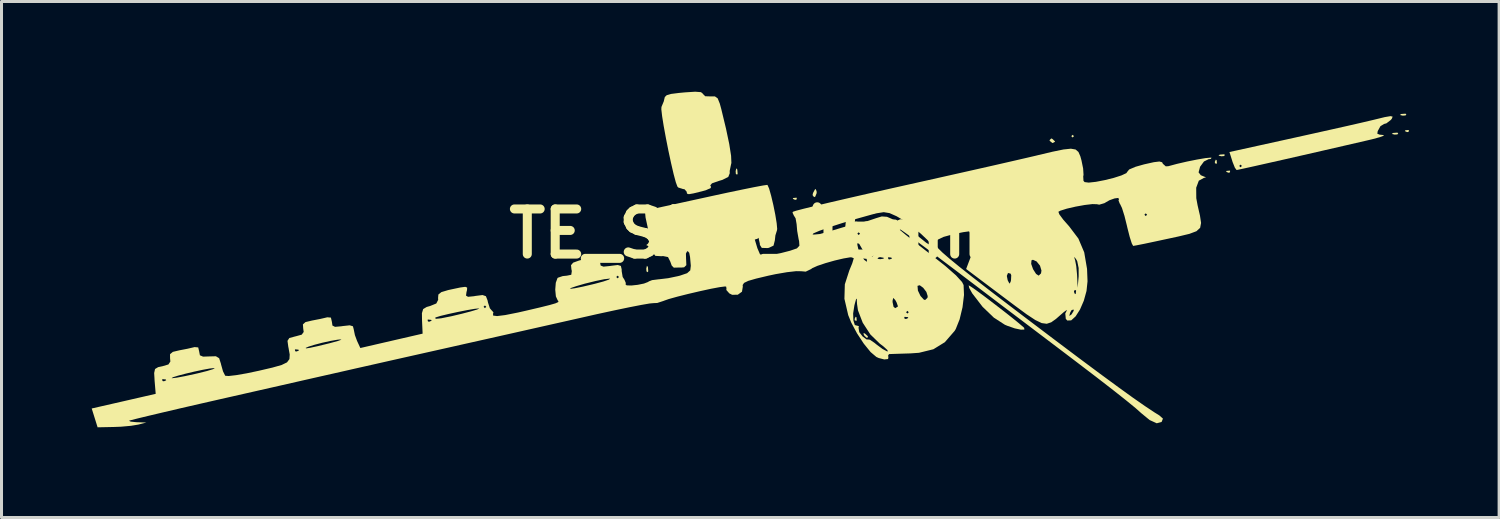
<source format=kicad_pcb>
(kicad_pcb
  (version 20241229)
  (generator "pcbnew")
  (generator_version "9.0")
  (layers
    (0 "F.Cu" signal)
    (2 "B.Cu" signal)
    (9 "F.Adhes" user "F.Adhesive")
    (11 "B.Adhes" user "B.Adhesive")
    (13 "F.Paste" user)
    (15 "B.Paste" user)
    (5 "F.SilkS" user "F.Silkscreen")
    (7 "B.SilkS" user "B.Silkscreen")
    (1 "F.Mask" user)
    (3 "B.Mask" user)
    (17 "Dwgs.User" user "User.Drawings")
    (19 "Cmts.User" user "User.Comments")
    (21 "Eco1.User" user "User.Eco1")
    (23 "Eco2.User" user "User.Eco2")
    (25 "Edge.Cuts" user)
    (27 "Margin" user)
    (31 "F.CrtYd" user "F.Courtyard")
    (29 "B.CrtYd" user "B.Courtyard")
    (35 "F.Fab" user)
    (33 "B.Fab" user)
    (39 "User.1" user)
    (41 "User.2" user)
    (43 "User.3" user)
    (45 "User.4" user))
  (footprint "TE_Side_45mm"
    (layer "F.Cu")
    (at 22.129 4.721)
    (property "Reference" "TE_Side_45mm" (at 0 0 0) (layer "F.SilkS") (effects (font (size 1.5 1.5) (thickness 0.3))))
    (attr board_only exclude_from_pos_files exclude_from_bom)
    (fp_poly (pts (xy 10.538 -3.243) (xy 10.493 -3.198) (xy 10.448 -3.243) (xy 10.493 -3.288)) (stroke (width 0) (type solid)) (fill yes) (layer "F.SilkS"))
    (fp_poly (pts (xy -3.723 0.706) (xy -3.712 0.812) (xy -3.723 0.826) (xy -3.776 0.813) (xy -3.783 0.766) (xy -3.75 0.691)) (stroke (width 0) (type solid)) (fill yes) (layer "F.SilkS"))
    (fp_poly (pts (xy -3.631 1.109) (xy -3.621 1.25) (xy -3.638 1.282) (xy -3.679 1.255) (xy -3.686 1.163) (xy -3.664 1.067)) (stroke (width 0) (type solid)) (fill yes) (layer "F.SilkS"))
    (fp_poly (pts (xy -0.659 -2.134) (xy -0.648 -1.993) (xy -0.666 -1.961) (xy -0.707 -1.988) (xy -0.713 -2.079) (xy -0.691 -2.175)) (stroke (width 0) (type solid)) (fill yes) (layer "F.SilkS"))
    (fp_poly (pts (xy 1.321 -1.186) (xy 1.309 -1.132) (xy 1.261 -1.126) (xy 1.187 -1.159) (xy 1.201 -1.186) (xy 1.308 -1.197)) (stroke (width 0) (type solid)) (fill yes) (layer "F.SilkS"))
    (fp_poly (pts (xy 3.303 2.777) (xy 3.313 2.884) (xy 3.303 2.897) (xy 3.249 2.885) (xy 3.243 2.837) (xy 3.276 2.763)) (stroke (width 0) (type solid)) (fill yes) (layer "F.SilkS"))
    (fp_poly (pts (xy 15.282 -2.447) (xy 15.293 -2.34) (xy 15.282 -2.327) (xy 15.228 -2.339) (xy 15.222 -2.387) (xy 15.255 -2.461)) (stroke (width 0) (type solid)) (fill yes) (layer "F.SilkS"))
    (fp_poly (pts (xy 15.558 -2.621) (xy 15.531 -2.581) (xy 15.44 -2.574) (xy 15.344 -2.596) (xy 15.385 -2.629) (xy 15.526 -2.639)) (stroke (width 0) (type solid)) (fill yes) (layer "F.SilkS"))
    (fp_poly (pts (xy 15.732 -2.087) (xy 15.72 -2.033) (xy 15.672 -2.027) (xy 15.598 -2.06) (xy 15.612 -2.087) (xy 15.719 -2.097)) (stroke (width 0) (type solid)) (fill yes) (layer "F.SilkS"))
    (fp_poly (pts (xy 21.322 -3.342) (xy 21.296 -3.301) (xy 21.204 -3.295) (xy 21.108 -3.317) (xy 21.15 -3.349) (xy 21.291 -3.36)) (stroke (width 0) (type solid)) (fill yes) (layer "F.SilkS"))
    (fp_poly (pts (xy 21.593 -3.973) (xy 21.566 -3.932) (xy 21.474 -3.925) (xy 21.378 -3.947) (xy 21.42 -3.98) (xy 21.561 -3.99)) (stroke (width 0) (type solid)) (fill yes) (layer "F.SilkS"))
    (fp_poly (pts (xy 21.677 -3.438) (xy 21.665 -3.384) (xy 21.617 -3.378) (xy 21.543 -3.411) (xy 21.557 -3.438) (xy 21.664 -3.448)) (stroke (width 0) (type solid)) (fill yes) (layer "F.SilkS"))
    (fp_poly (pts (xy 3.589 3.324) (xy 3.686 3.415) (xy 3.666 3.467) (xy 3.653 3.468) (xy 3.577 3.404) (xy 3.549 3.364) (xy 3.539 3.302)) (stroke (width 0) (type solid)) (fill yes) (layer "F.SilkS"))
    (fp_poly (pts (xy 1.978 -1.413) (xy 1.982 -1.351) (xy 1.934 -1.231) (xy 1.894 -1.216) (xy 1.845 -1.282) (xy 1.859 -1.351) (xy 1.923 -1.47) (xy 1.946 -1.486)) (stroke (width 0) (type solid)) (fill yes) (layer "F.SilkS"))
    (fp_poly (pts (xy 9.818 -3.152) (xy 9.904 -3.072) (xy 9.908 -3.057) (xy 9.838 -3.018) (xy 9.818 -3.017) (xy 9.731 -3.087) (xy 9.728 -3.113) (xy 9.783 -3.167)) (stroke (width 0) (type solid)) (fill yes) (layer "F.SilkS"))
    (fp_poly (pts (xy 7.111 1.761) (xy 7.296 1.89) (xy 7.556 2.082) (xy 7.86 2.313) (xy 8.175 2.556) (xy 8.469 2.787) (xy 8.709 2.982) (xy 8.864 3.115) (xy 8.881 3.132) (xy 8.89 3.189) (xy 8.773 3.193) (xy 8.57 3.15) (xy 8.327 3.066) (xy 8.241 3.03) (xy 7.876 2.795) (xy 7.499 2.433) (xy 7.154 1.985) (xy 7.149 1.976) (xy 7.055 1.807) (xy 7.036 1.719) (xy 7.036 1.718)) (stroke (width 0) (type solid)) (fill yes) (layer "F.SilkS"))
    (fp_poly (pts (xy 21.136 -3.892) (xy 21.109 -3.824) (xy 21.077 -3.783) (xy 20.928 -3.669) (xy 20.85 -3.648) (xy 20.73 -3.574) (xy 20.64 -3.411) (xy 20.626 -3.325) (xy 20.703 -3.293) (xy 20.829 -3.28) (xy 20.843 -3.259) (xy 20.708 -3.209) (xy 20.451 -3.139) (xy 20.311 -3.106) (xy 19.575 -2.936) (xy 18.852 -2.77) (xy 18.163 -2.612) (xy 17.531 -2.468) (xy 16.976 -2.343) (xy 16.519 -2.24) (xy 16.183 -2.166) (xy 15.987 -2.124) (xy 15.946 -2.117) (xy 15.889 -2.193) (xy 15.866 -2.252) (xy 16.033 -2.252) (xy 16.078 -2.207) (xy 16.123 -2.252) (xy 16.078 -2.297) (xy 16.033 -2.252) (xy 15.866 -2.252) (xy 15.814 -2.381) (xy 15.803 -2.416) (xy 15.709 -2.715) (xy 17.875 -3.192) (xy 18.506 -3.332) (xy 19.107 -3.466) (xy 19.646 -3.587) (xy 20.091 -3.689) (xy 20.411 -3.764) (xy 20.533 -3.793) (xy 20.873 -3.876) (xy 21.066 -3.909)) (stroke (width 0) (type solid)) (fill yes) (layer "F.SilkS"))
    (fp_poly (pts (xy -1.866 -4.706) (xy -1.802 -4.653) (xy -1.801 -4.645) (xy -1.724 -4.57) (xy -1.554 -4.565) (xy -1.404 -4.566) (xy -1.311 -4.5) (xy -1.24 -4.323) (xy -1.191 -4.143) (xy -1.036 -3.501) (xy -0.926 -2.979) (xy -0.865 -2.59) (xy -0.855 -2.352) (xy -0.867 -2.301) (xy -0.912 -2.086) (xy -0.91 -2.009) (xy -0.958 -1.888) (xy -1.154 -1.789) (xy -1.272 -1.754) (xy -1.5 -1.674) (xy -1.561 -1.604) (xy -1.539 -1.581) (xy -1.539 -1.519) (xy -1.706 -1.444) (xy -1.834 -1.409) (xy -2.118 -1.339) (xy -2.27 -1.313) (xy -2.331 -1.331) (xy -2.342 -1.39) (xy -2.342 -1.396) (xy -2.414 -1.477) (xy -2.472 -1.486) (xy -2.62 -1.534) (xy -2.65 -1.565) (xy -2.703 -1.708) (xy -2.776 -1.98) (xy -2.86 -2.342) (xy -2.949 -2.755) (xy -3.033 -3.18) (xy -3.106 -3.578) (xy -3.159 -3.909) (xy -3.185 -4.135) (xy -3.181 -4.214) (xy -3.104 -4.4) (xy -3.094 -4.444) (xy -3.069 -4.544) (xy -3.005 -4.606) (xy -2.862 -4.647) (xy -2.6 -4.68) (xy -2.4 -4.699) (xy -2.057 -4.721)) (stroke (width 0) (type solid)) (fill yes) (layer "F.SilkS"))
    (fp_poly (pts (xy 10.592 -2.799) (xy 10.687 -2.717) (xy 10.749 -2.576) (xy 10.788 -2.436) (xy 10.843 -2.166) (xy 10.856 -1.956) (xy 10.846 -1.904) (xy 10.854 -1.757) (xy 10.893 -1.715) (xy 11.029 -1.698) (xy 11.268 -1.724) (xy 11.562 -1.781) (xy 11.861 -1.855) (xy 12.117 -1.937) (xy 12.28 -2.013) (xy 12.312 -2.059) (xy 12.374 -2.135) (xy 12.587 -2.225) (xy 12.871 -2.305) (xy 13.193 -2.377) (xy 13.38 -2.4) (xy 13.47 -2.374) (xy 13.495 -2.324) (xy 13.591 -2.239) (xy 13.676 -2.244) (xy 13.967 -2.322) (xy 14.301 -2.399) (xy 14.63 -2.465) (xy 14.906 -2.512) (xy 15.08 -2.529) (xy 15.115 -2.524) (xy 15.085 -2.484) (xy 15.015 -2.477) (xy 14.862 -2.401) (xy 14.732 -2.225) (xy 14.682 -2.039) (xy 14.756 -1.944) (xy 14.839 -1.909) (xy 14.93 -1.873) (xy 14.862 -1.856) (xy 14.69 -1.762) (xy 14.603 -1.528) (xy 14.606 -1.179) (xy 14.65 -0.941) (xy 14.729 -0.598) (xy 14.765 -0.357) (xy 14.734 -0.194) (xy 14.612 -0.082) (xy 14.378 0.006) (xy 14.007 0.095) (xy 13.668 0.168) (xy 13.244 0.259) (xy 12.886 0.335) (xy 12.629 0.386) (xy 12.509 0.407) (xy 12.506 0.407) (xy 12.461 0.325) (xy 12.392 0.109) (xy 12.314 -0.197) (xy 12.298 -0.268) (xy 12.216 -0.597) (xy 12.205 -0.63) (xy 12.88 -0.63) (xy 12.925 -0.585) (xy 12.97 -0.63) (xy 12.925 -0.676) (xy 12.88 -0.63) (xy 12.205 -0.63) (xy 12.135 -0.853) (xy 12.071 -0.987) (xy 12.062 -0.995) (xy 12.019 -1.105) (xy 12.034 -1.142) (xy 12.013 -1.188) (xy 11.888 -1.172) (xy 11.717 -1.111) (xy 11.559 -1.02) (xy 11.553 -1.015) (xy 11.378 -0.964) (xy 11.302 -0.979) (xy 11.154 -0.984) (xy 10.897 -0.954) (xy 10.592 -0.899) (xy 10.301 -0.832) (xy 10.088 -0.765) (xy 10.02 -0.728) (xy 10.051 -0.643) (xy 10.181 -0.467) (xy 10.379 -0.242) (xy 10.685 0.163) (xy 10.879 0.621) (xy 10.973 1.173) (xy 10.989 1.584) (xy 10.955 1.907) (xy 10.865 2.231) (xy 10.739 2.522) (xy 10.593 2.75) (xy 10.447 2.883) (xy 10.318 2.889) (xy 10.266 2.834) (xy 10.257 2.736) (xy 10.382 2.736) (xy 10.448 2.693) (xy 10.459 2.681) (xy 10.531 2.563) (xy 10.521 2.52) (xy 10.454 2.547) (xy 10.409 2.631) (xy 10.382 2.736) (xy 10.257 2.736) (xy 10.249 2.654) (xy 10.292 2.57) (xy 10.301 2.535) (xy 10.2 2.608) (xy 10.13 2.669) (xy 9.938 2.837) (xy 9.781 2.948) (xy 9.632 2.997) (xy 9.465 2.974) (xy 9.252 2.872) (xy 8.967 2.684) (xy 8.584 2.402) (xy 8.225 2.133) (xy 7.964 1.937) (xy 10.538 1.937) (xy 10.571 2.011) (xy 10.598 1.997) (xy 10.609 1.89) (xy 10.598 1.876) (xy 10.545 1.889) (xy 10.538 1.937) (xy 7.964 1.937) (xy 7.258 1.405) (xy 8.305 1.405) (xy 8.334 1.55) (xy 8.393 1.663) (xy 8.429 1.607) (xy 8.444 1.547) (xy 8.452 1.383) (xy 8.43 1.329) (xy 8.344 1.308) (xy 8.305 1.405) (xy 7.258 1.405) (xy 6.952 1.175) (xy 7.016 1.005) (xy 9.115 1.005) (xy 9.178 1.182) (xy 9.278 1.339) (xy 9.365 1.396) (xy 9.442 1.321) (xy 9.457 1.227) (xy 9.408 1.063) (xy 9.295 0.924) (xy 9.173 0.868) (xy 9.125 0.887) (xy 9.115 1.005) (xy 7.016 1.005) (xy 7.105 0.771) (xy 10.553 0.771) (xy 10.556 0.819) (xy 10.577 0.886) (xy 10.614 1.08) (xy 10.64 1.355) (xy 10.644 1.426) (xy 10.66 1.801) (xy 10.694 1.42) (xy 10.693 1.142) (xy 10.647 0.92) (xy 10.627 0.879) (xy 10.553 0.771) (xy 7.105 0.771) (xy 7.124 0.722) (xy 7.255 0.325) (xy 7.291 0.065) (xy 7.233 -0.072) (xy 7.222 -0.08) (xy 7.103 -0.084) (xy 6.862 -0.051) (xy 6.556 0.01) (xy 6.202 0.107) (xy 5.998 0.205) (xy 5.919 0.314) (xy 5.934 0.377) (xy 6.012 0.478) (xy 6.162 0.626) (xy 6.397 0.83) (xy 6.726 1.1) (xy 7.161 1.444) (xy 7.712 1.871) (xy 8.391 2.39) (xy 8.882 2.763) (xy 9.854 3.498) (xy 10.692 4.128) (xy 11.407 4.66) (xy 12.008 5.101) (xy 12.503 5.458) (xy 12.902 5.736) (xy 13.214 5.943) (xy 13.382 6.048) (xy 13.497 6.151) (xy 13.454 6.258) (xy 13.448 6.264) (xy 13.29 6.306) (xy 13.054 6.198) (xy 12.78 5.973) (xy 12.582 5.797) (xy 12.27 5.542) (xy 11.839 5.201) (xy 11.281 4.769) (xy 10.589 4.241) (xy 10.088 3.861) (xy 9.507 3.421) (xy 8.832 2.91) (xy 8.112 2.366) (xy 7.398 1.824) (xy 6.739 1.324) (xy 6.553 1.183) (xy 6.052 0.805) (xy 5.603 0.469) (xy 5.222 0.187) (xy 4.93 -0.026) (xy 4.744 -0.155) (xy 4.684 -0.19) (xy 4.751 -0.122) (xy 4.938 0.034) (xy 5.218 0.258) (xy 5.567 0.531) (xy 5.755 0.676) (xy 6.262 1.077) (xy 6.615 1.387) (xy 6.816 1.608) (xy 6.867 1.708) (xy 6.881 2.039) (xy 6.832 2.446) (xy 6.735 2.85) (xy 6.606 3.173) (xy 6.568 3.235) (xy 6.244 3.609) (xy 5.863 3.844) (xy 5.384 3.962) (xy 5.096 3.982) (xy 4.77 3.992) (xy 4.517 4) (xy 4.388 4.005) (xy 4.386 4.005) (xy 4.353 4.065) (xy 4.368 4.098) (xy 4.356 4.17) (xy 4.229 4.183) (xy 4.045 4.136) (xy 3.966 4.1) (xy 3.774 3.937) (xy 3.548 3.658) (xy 3.322 3.314) (xy 3.13 2.955) (xy 3.03 2.709) (xy 3.017 2.653) (xy 3.194 2.653) (xy 3.202 2.886) (xy 3.25 3.039) (xy 3.332 3.062) (xy 3.334 3.061) (xy 3.385 3.076) (xy 3.373 3.131) (xy 3.398 3.276) (xy 3.51 3.42) (xy 3.641 3.518) (xy 3.693 3.519) (xy 3.753 3.528) (xy 3.902 3.63) (xy 3.97 3.685) (xy 4.169 3.833) (xy 4.32 3.914) (xy 4.344 3.918) (xy 4.335 3.872) (xy 4.208 3.755) (xy 4.079 3.656) (xy 3.767 3.352) (xy 3.513 2.962) (xy 3.441 2.777) (xy 4.894 2.777) (xy 4.906 2.831) (xy 4.954 2.837) (xy 5.028 2.804) (xy 5.014 2.777) (xy 4.907 2.766) (xy 4.894 2.777) (xy 3.441 2.777) (xy 3.378 2.612) (xy 4.954 2.612) (xy 4.999 2.657) (xy 5.044 2.612) (xy 4.999 2.567) (xy 4.954 2.612) (xy 3.378 2.612) (xy 3.355 2.553) (xy 3.323 2.336) (xy 3.32 2.274) (xy 4.505 2.274) (xy 4.538 2.432) (xy 4.594 2.477) (xy 4.68 2.425) (xy 4.682 2.409) (xy 4.637 2.283) (xy 4.594 2.207) (xy 4.528 2.136) (xy 4.506 2.225) (xy 4.505 2.274) (xy 3.32 2.274) (xy 3.315 2.172) (xy 3.296 2.164) (xy 3.252 2.32) (xy 3.235 2.387) (xy 3.194 2.653) (xy 3.017 2.653) (xy 2.904 2.166) (xy 2.916 1.739) (xy 5.335 1.739) (xy 5.348 1.893) (xy 5.434 2.072) (xy 5.545 2.193) (xy 5.588 2.207) (xy 5.666 2.134) (xy 5.674 2.078) (xy 5.629 1.937) (xy 5.524 1.8) (xy 5.41 1.716) (xy 5.337 1.734) (xy 5.335 1.739) (xy 2.916 1.739) (xy 2.918 1.684) (xy 3.066 1.225) (xy 3.164 0.988) (xy 3.212 0.828) (xy 3.21 0.794) (xy 3.099 0.786) (xy 2.871 0.825) (xy 2.577 0.894) (xy 2.271 0.981) (xy 2.004 1.071) (xy 1.83 1.15) (xy 1.797 1.176) (xy 1.617 1.263) (xy 1.476 1.25) (xy 1.298 1.247) (xy 0.996 1.281) (xy 0.617 1.346) (xy 0.372 1.398) (xy -0.035 1.495) (xy -0.294 1.57) (xy -0.433 1.637) (xy -0.48 1.708) (xy -0.475 1.76) (xy -0.503 1.93) (xy -0.643 2.031) (xy -0.831 2.033) (xy -0.923 1.987) (xy -1.023 1.874) (xy -1.019 1.815) (xy -1.03 1.761) (xy -1.067 1.756) (xy -1.241 1.778) (xy -1.536 1.833) (xy -1.902 1.913) (xy -2.291 2.004) (xy -2.653 2.095) (xy -2.94 2.175) (xy -3.102 2.232) (xy -3.107 2.235) (xy -3.321 2.305) (xy -3.444 2.31) (xy -3.574 2.322) (xy -3.852 2.37) (xy -4.252 2.448) (xy -4.747 2.551) (xy -5.31 2.673) (xy -5.651 2.75) (xy -6.35 2.908) (xy -7.168 3.092) (xy -8.046 3.29) (xy -8.926 3.488) (xy -9.752 3.673) (xy -10.088 3.749) (xy -10.797 3.908) (xy -11.519 4.07) (xy -12.213 4.226) (xy -12.841 4.368) (xy -13.361 4.485) (xy -13.646 4.55) (xy -14.025 4.636) (xy -14.548 4.754) (xy -15.183 4.898) (xy -15.898 5.061) (xy -16.661 5.234) (xy -17.441 5.411) (xy -17.834 5.5) (xy -18.544 5.662) (xy -19.197 5.812) (xy -19.772 5.947) (xy -20.249 6.06) (xy -20.608 6.147) (xy -20.827 6.203) (xy -20.889 6.222) (xy -20.836 6.25) (xy -20.659 6.269) (xy -20.619 6.271) (xy -20.311 6.281) (xy -20.581 6.35) (xy -20.823 6.39) (xy -21.156 6.42) (xy -21.392 6.429) (xy -21.933 6.44) (xy -22.031 6.127) (xy -22.129 5.814) (xy -21.065 5.571) (xy -20.001 5.327) (xy -20.037 4.896) (xy -20.04 4.849) (xy -19.786 4.849) (xy -19.773 4.902) (xy -19.726 4.909) (xy -19.651 4.876) (xy -19.665 4.849) (xy -19.772 4.838) (xy -19.786 4.849) (xy -20.04 4.849) (xy -20.042 4.804) (xy -19.472 4.804) (xy -19.455 4.807) (xy -19.308 4.79) (xy -19.038 4.74) (xy -18.696 4.666) (xy -18.6 4.644) (xy -18.296 4.568) (xy -18.099 4.508) (xy -18.038 4.475) (xy -18.059 4.47) (xy -18.205 4.485) (xy -18.44 4.528) (xy -18.721 4.588) (xy -19.007 4.656) (xy -19.255 4.721) (xy -19.424 4.774) (xy -19.472 4.804) (xy -20.042 4.804) (xy -20.052 4.635) (xy -20.023 4.501) (xy -19.919 4.439) (xy -19.778 4.409) (xy -19.578 4.35) (xy -19.513 4.251) (xy -19.523 4.147) (xy -19.524 4.008) (xy -19.43 3.931) (xy -19.216 3.88) (xy -18.947 3.828) (xy -18.736 3.779) (xy -18.712 3.772) (xy -18.587 3.783) (xy -18.555 3.919) (xy -18.531 4.045) (xy -18.425 4.09) (xy -18.222 4.083) (xy -17.999 4.077) (xy -17.891 4.142) (xy -17.833 4.321) (xy -17.826 4.354) (xy -17.762 4.58) (xy -17.691 4.721) (xy -17.686 4.726) (xy -17.573 4.734) (xy -17.322 4.705) (xy -16.971 4.644) (xy -16.573 4.56) (xy -16.119 4.454) (xy -15.814 4.368) (xy -15.634 4.28) (xy -15.553 4.171) (xy -15.544 4.019) (xy -15.573 3.858) (xy -15.372 3.858) (xy -15.36 3.912) (xy -15.312 3.918) (xy -15.238 3.885) (xy -15.252 3.858) (xy -15.359 3.847) (xy -15.372 3.858) (xy -15.573 3.858) (xy -15.582 3.804) (xy -15.583 3.8) (xy -15.015 3.8) (xy -14.997 3.815) (xy -14.871 3.797) (xy -14.622 3.743) (xy -14.297 3.664) (xy -14.231 3.648) (xy -13.944 3.57) (xy -13.823 3.526) (xy -13.872 3.518) (xy -13.957 3.527) (xy -14.192 3.568) (xy -14.459 3.627) (xy -14.713 3.693) (xy -14.913 3.755) (xy -15.015 3.8) (xy -15.583 3.8) (xy -15.591 3.763) (xy -15.618 3.564) (xy -15.556 3.47) (xy -15.36 3.417) (xy -15.348 3.415) (xy -15.145 3.359) (xy -15.079 3.269) (xy -15.095 3.154) (xy -15.105 3.017) (xy -15.02 2.941) (xy -14.801 2.889) (xy -14.533 2.837) (xy -14.321 2.788) (xy -14.299 2.781) (xy -14.174 2.791) (xy -14.141 2.933) (xy -14.123 3.056) (xy -14.037 3.099) (xy -13.834 3.081) (xy -13.781 3.073) (xy -13.548 3.048) (xy -13.442 3.08) (xy -13.417 3.174) (xy -13.376 3.373) (xy -13.304 3.568) (xy -13.195 3.803) (xy -12.16 3.564) (xy -11.124 3.325) (xy -11.143 2.903) (xy -11.144 2.867) (xy -10.959 2.867) (xy -10.946 2.921) (xy -10.899 2.927) (xy -10.824 2.894) (xy -10.839 2.867) (xy -10.945 2.856) (xy -10.959 2.867) (xy -11.144 2.867) (xy -11.145 2.795) (xy -10.706 2.795) (xy -10.689 2.832) (xy -10.509 2.815) (xy -10.162 2.745) (xy -9.818 2.663) (xy -9.516 2.584) (xy -9.312 2.523) (xy -9.241 2.489) (xy -9.249 2.486) (xy -9.389 2.499) (xy -9.64 2.542) (xy -9.949 2.603) (xy -10.261 2.671) (xy -10.524 2.734) (xy -10.683 2.783) (xy -10.706 2.795) (xy -11.145 2.795) (xy -11.147 2.644) (xy -11.106 2.508) (xy -10.989 2.438) (xy -10.968 2.432) (xy -9.097 2.432) (xy -9.052 2.477) (xy -9.007 2.432) (xy -9.052 2.387) (xy -9.097 2.432) (xy -10.968 2.432) (xy -10.873 2.405) (xy -10.669 2.322) (xy -10.606 2.199) (xy -10.61 2.141) (xy -10.6 2.024) (xy -10.501 1.944) (xy -10.274 1.876) (xy -10.178 1.855) (xy -9.871 1.79) (xy -9.705 1.768) (xy -9.643 1.793) (xy -9.647 1.874) (xy -9.665 1.943) (xy -9.681 2.06) (xy -9.614 2.1) (xy -9.422 2.081) (xy -9.36 2.07) (xy -9.131 2.041) (xy -9.019 2.08) (xy -8.965 2.217) (xy -8.95 2.289) (xy -8.888 2.481) (xy -8.814 2.567) (xy -8.81 2.567) (xy -8.767 2.623) (xy -8.782 2.657) (xy -8.779 2.724) (xy -8.648 2.741) (xy -8.377 2.707) (xy -7.954 2.623) (xy -7.686 2.562) (xy -7.217 2.452) (xy -6.9 2.373) (xy -6.709 2.318) (xy -6.619 2.278) (xy -6.605 2.245) (xy -6.631 2.219) (xy -6.692 2.087) (xy -6.713 1.863) (xy -6.711 1.833) (xy -6.225 1.833) (xy -6.215 1.835) (xy -6.066 1.816) (xy -5.797 1.762) (xy -5.462 1.683) (xy -5.404 1.669) (xy -5.114 1.591) (xy -4.932 1.53) (xy -4.889 1.498) (xy -4.909 1.495) (xy -5.083 1.515) (xy -5.37 1.574) (xy -5.707 1.657) (xy -5.72 1.66) (xy -6.003 1.742) (xy -6.182 1.803) (xy -6.225 1.833) (xy -6.711 1.833) (xy -6.695 1.632) (xy -6.639 1.478) (xy -6.625 1.465) (xy -6.554 1.441) (xy -4.684 1.441) (xy -4.639 1.486) (xy -4.594 1.441) (xy -4.639 1.396) (xy -4.684 1.441) (xy -6.554 1.441) (xy -6.464 1.411) (xy -6.326 1.397) (xy -6.18 1.367) (xy -6.162 1.243) (xy -6.175 1.183) (xy -6.189 1.048) (xy -6.117 0.964) (xy -5.922 0.894) (xy -5.821 0.868) (xy -5.506 0.794) (xy -5.327 0.776) (xy -5.245 0.817) (xy -5.224 0.924) (xy -5.224 0.947) (xy -5.203 1.06) (xy -5.109 1.097) (xy -4.892 1.075) (xy -4.864 1.07) (xy -4.634 1.042) (xy -4.531 1.073) (xy -4.504 1.188) (xy -4.504 1.244) (xy -4.471 1.44) (xy -4.412 1.532) (xy -4.364 1.645) (xy -4.378 1.682) (xy -4.336 1.72) (xy -4.179 1.724) (xy -3.968 1.701) (xy -3.762 1.659) (xy -3.622 1.605) (xy -3.603 1.588) (xy -3.491 1.545) (xy -3.277 1.518) (xy -3.251 1.516) (xy -2.958 1.481) (xy -2.628 1.412) (xy -2.566 1.396) (xy -2.328 1.315) (xy -2.223 1.221) (xy -2.205 1.071) (xy -2.206 1.05) (xy -2.23 0.776) (xy -2.257 0.637) (xy -2.299 0.589) (xy -2.326 0.585) (xy -2.367 0.662) (xy -2.362 0.848) (xy -2.361 0.856) (xy -2.353 1.047) (xy -2.427 1.119) (xy -2.512 1.126) (xy -2.697 1.128) (xy -2.77 1.131) (xy -2.84 1.06) (xy -2.887 0.929) (xy -2.963 0.778) (xy -3.127 0.745) (xy -3.186 0.75) (xy -3.385 0.738) (xy -3.478 0.616) (xy -3.485 0.593) (xy -3.565 0.442) (xy -3.636 0.404) (xy -3.686 0.379) (xy -3.632 0.335) (xy -3.58 0.248) (xy -3.585 0.064) (xy -3.647 -0.249) (xy -3.71 -0.538) (xy -3.725 -0.697) (xy -3.685 -0.769) (xy -3.585 -0.801) (xy -3.572 -0.804) (xy -3.428 -0.834) (xy -3.138 -0.896) (xy -2.73 -0.984) (xy -2.235 -1.092) (xy -1.681 -1.213) (xy -1.531 -1.246) (xy -0.981 -1.365) (xy -0.493 -1.467) (xy -0.093 -1.548) (xy 0.191 -1.601) (xy 0.333 -1.622) (xy 0.345 -1.621) (xy 0.399 -1.501) (xy 0.467 -1.261) (xy 0.54 -0.953) (xy 0.605 -0.631) (xy 0.651 -0.348) (xy 0.668 -0.157) (xy 0.661 -0.111) (xy 0.608 0.058) (xy 0.59 0.223) (xy 0.546 0.398) (xy 0.389 0.472) (xy 0.338 0.479) (xy 0.155 0.473) (xy 0.093 0.375) (xy 0.09 0.327) (xy 0.05 0.152) (xy 0 0.09) (xy -0.077 0.081) (xy -0.074 0.206) (xy 0.008 0.479) (xy 0.012 0.49) (xy 0.094 0.68) (xy 0.203 0.747) (xy 0.409 0.728) (xy 0.439 0.723) (xy 0.76 0.654) (xy 1.091 0.569) (xy 1.107 0.564) (xy 1.325 0.489) (xy 1.407 0.401) (xy 1.405 0.366) (xy 3.333 0.366) (xy 3.369 0.526) (xy 3.457 0.713) (xy 3.559 0.868) (xy 3.642 0.929) (xy 3.656 0.923) (xy 3.641 0.834) (xy 4.002 0.834) (xy 4.091 0.849) (xy 4.208 0.832) (xy 4.209 0.801) (xy 4.177 0.796) (xy 4.353 0.796) (xy 4.366 0.849) (xy 4.413 0.856) (xy 4.488 0.823) (xy 4.474 0.796) (xy 4.367 0.785) (xy 4.353 0.796) (xy 4.177 0.796) (xy 4.088 0.78) (xy 4.036 0.794) (xy 4.002 0.834) (xy 3.641 0.834) (xy 3.64 0.83) (xy 3.594 0.721) (xy 3.783 0.721) (xy 3.828 0.766) (xy 3.873 0.721) (xy 3.828 0.676) (xy 3.783 0.721) (xy 3.594 0.721) (xy 3.559 0.636) (xy 3.511 0.538) (xy 3.397 0.341) (xy 3.34 0.313) (xy 3.333 0.366) (xy 1.405 0.366) (xy 1.396 0.244) (xy 1.382 0.187) (xy 1.356 0.041) (xy 1.801 0.041) (xy 1.88 0.05) (xy 2.09 0.011) (xy 2.13 -0.000001) (xy 3.333 -0.000001) (xy 3.378 0.045) (xy 3.423 -0.000001) (xy 3.378 -0.045) (xy 3.333 -0.000001) (xy 2.13 -0.000001) (xy 2.39 -0.07) (xy 2.499 -0.104) (xy 2.859 -0.212) (xy 3.067 -0.27) (xy 4.504 -0.27) (xy 4.549 -0.225) (xy 4.594 -0.27) (xy 4.549 -0.315) (xy 4.504 -0.27) (xy 3.067 -0.27) (xy 3.178 -0.301) (xy 3.397 -0.354) (xy 3.423 -0.359) (xy 3.668 -0.418) (xy 3.942 -0.51) (xy 3.943 -0.511) (xy 4.146 -0.573) (xy 4.319 -0.561) (xy 4.544 -0.464) (xy 4.619 -0.424) (xy 4.927 -0.235) (xy 5.252 0.000249) (xy 5.359 0.089) (xy 5.628 0.304) (xy 5.775 0.393) (xy 5.792 0.362) (xy 5.673 0.218) (xy 5.447 0.003) (xy 5.149 -0.242) (xy 4.838 -0.462) (xy 4.638 -0.58) (xy 4.403 -0.684) (xy 4.211 -0.715) (xy 3.976 -0.678) (xy 3.827 -0.64) (xy 3.305 -0.494) (xy 2.818 -0.348) (xy 2.397 -0.212) (xy 2.068 -0.094) (xy 1.861 -0.005) (xy 1.801 0.041) (xy 1.356 0.041) (xy 1.333 -0.092) (xy 1.314 -0.315) (xy 1.28 -0.511) (xy 1.222 -0.603) (xy 1.177 -0.701) (xy 1.194 -0.729) (xy 1.293 -0.762) (xy 1.549 -0.829) (xy 1.943 -0.925) (xy 2.456 -1.047) (xy 3.069 -1.189) (xy 3.763 -1.348) (xy 4.518 -1.518) (xy 4.8 -1.581) (xy 5.619 -1.764) (xy 6.421 -1.944) (xy 7.181 -2.115) (xy 7.872 -2.271) (xy 8.47 -2.408) (xy 8.947 -2.518) (xy 9.278 -2.595) (xy 9.313 -2.604) (xy 9.824 -2.725) (xy 10.189 -2.8) (xy 10.436 -2.826)) (stroke (width 0) (type solid)) (fill yes) (layer "F.SilkS")))
  (gr_rect
    (start -3 -3)
    (end 46.806 14.161)
    (stroke (width 0.1) (type default))
    (fill no)
    (layer "Edge.Cuts")))
</source>
